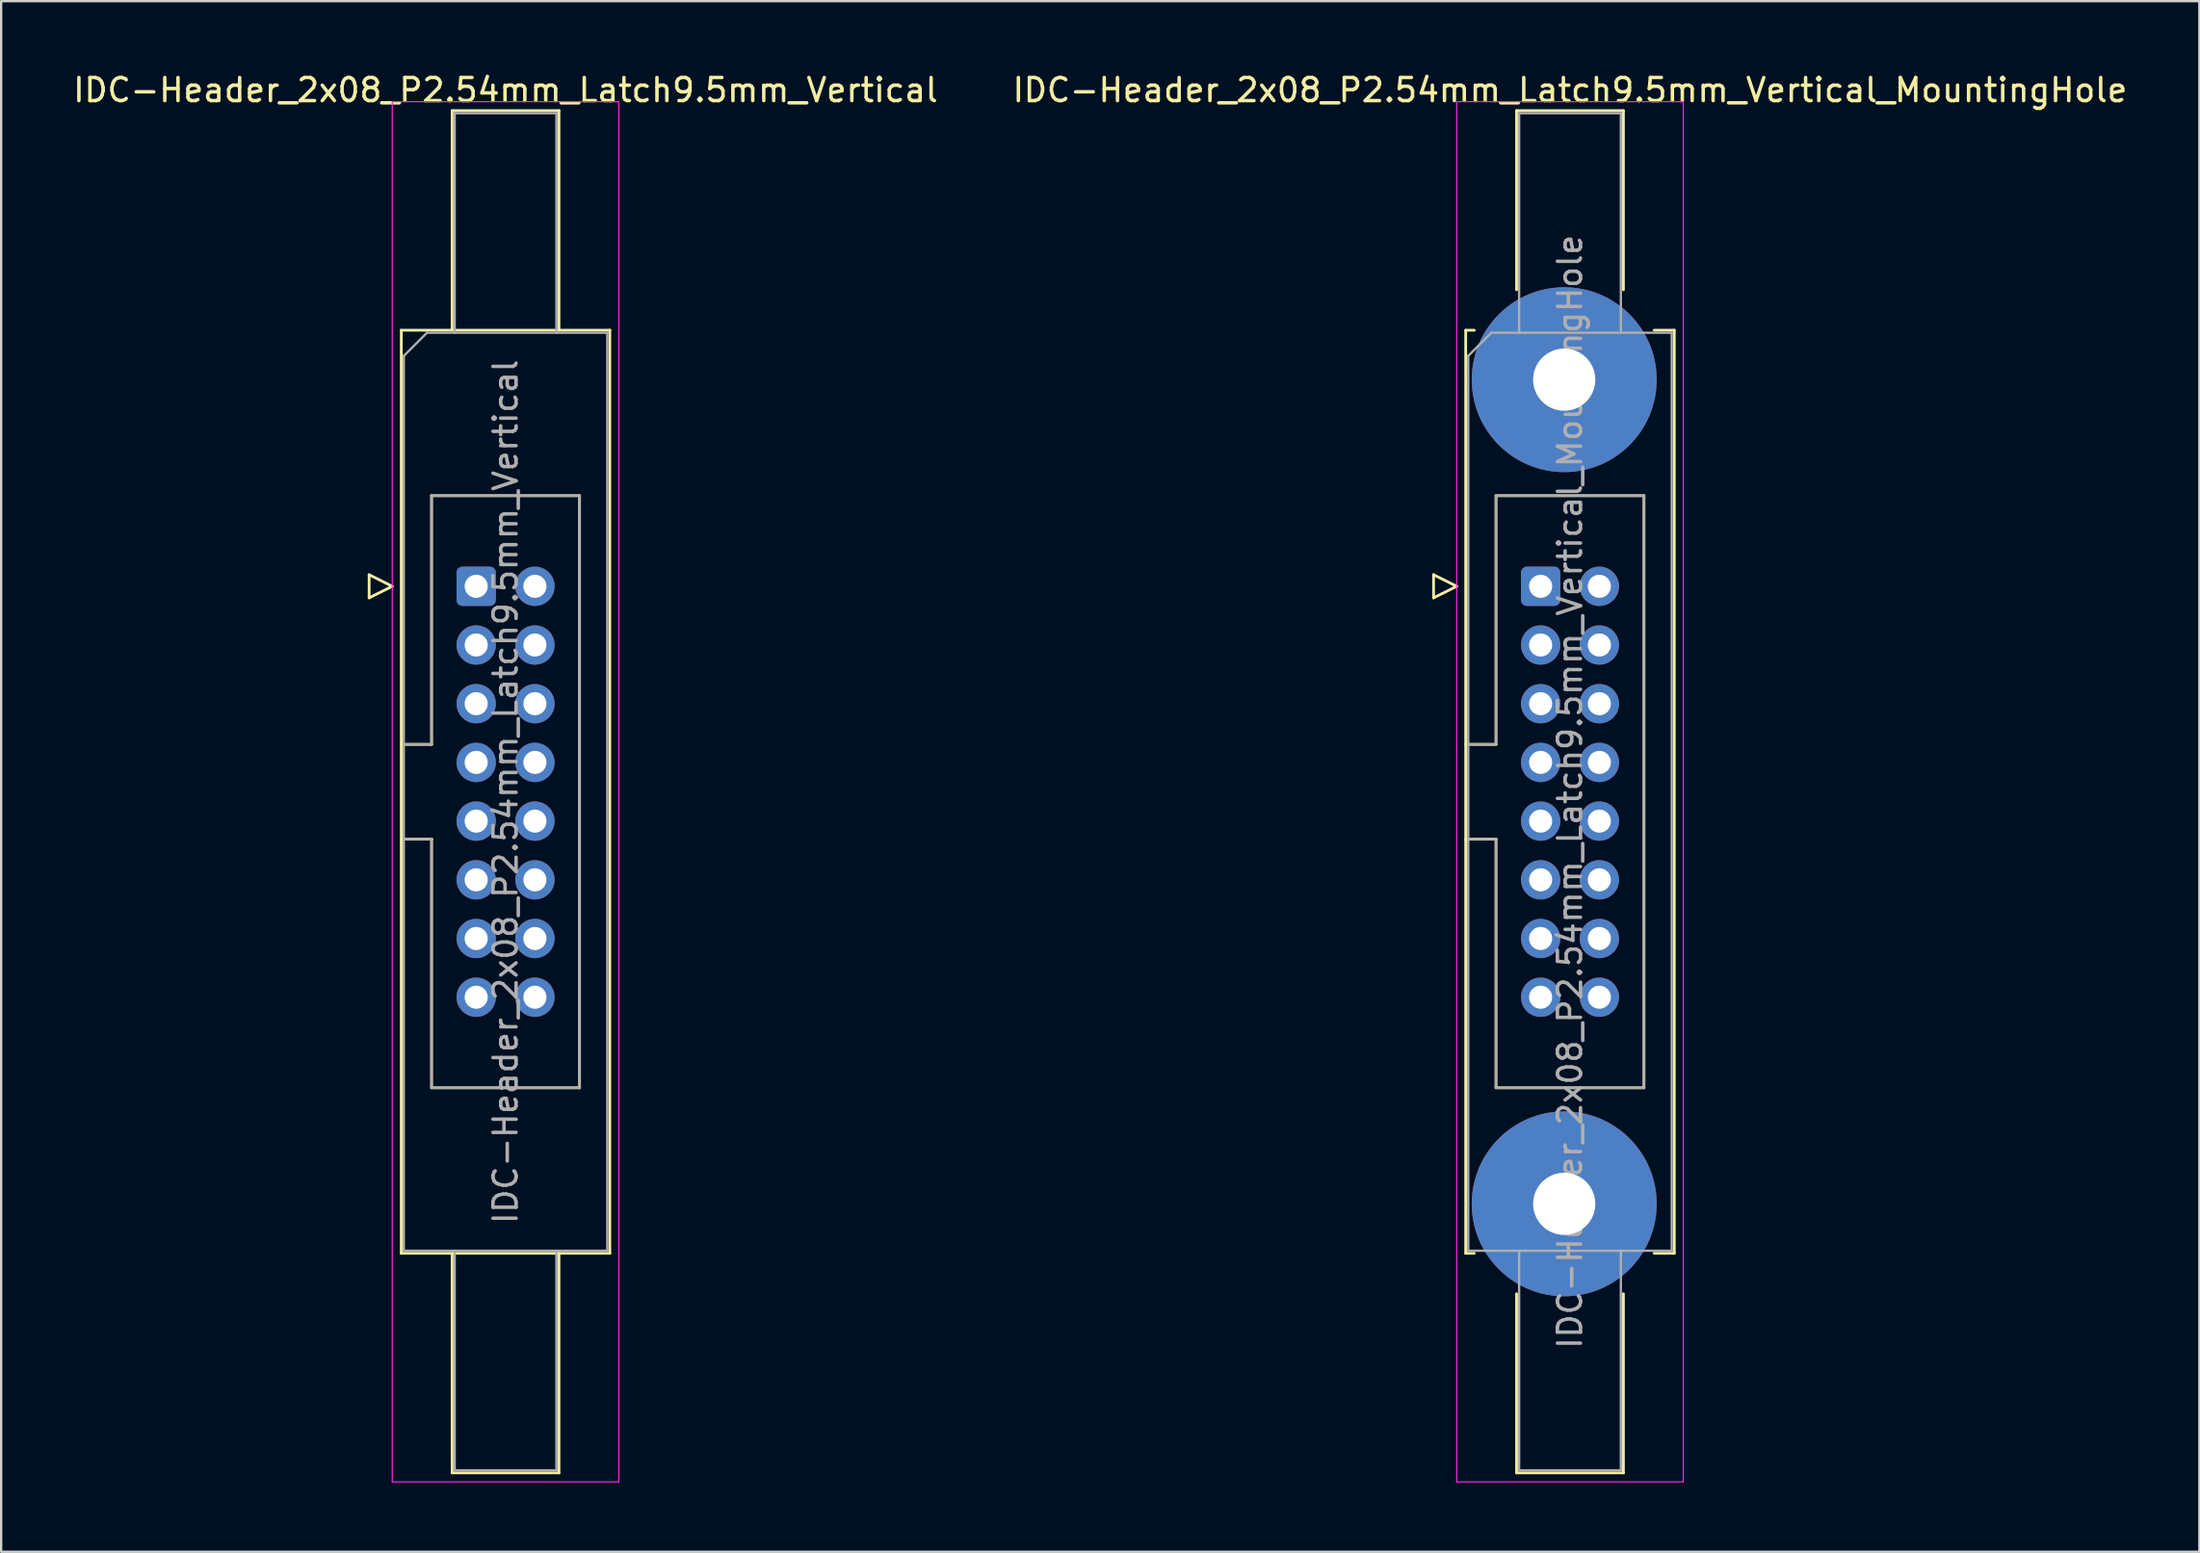
<source format=kicad_pcb>
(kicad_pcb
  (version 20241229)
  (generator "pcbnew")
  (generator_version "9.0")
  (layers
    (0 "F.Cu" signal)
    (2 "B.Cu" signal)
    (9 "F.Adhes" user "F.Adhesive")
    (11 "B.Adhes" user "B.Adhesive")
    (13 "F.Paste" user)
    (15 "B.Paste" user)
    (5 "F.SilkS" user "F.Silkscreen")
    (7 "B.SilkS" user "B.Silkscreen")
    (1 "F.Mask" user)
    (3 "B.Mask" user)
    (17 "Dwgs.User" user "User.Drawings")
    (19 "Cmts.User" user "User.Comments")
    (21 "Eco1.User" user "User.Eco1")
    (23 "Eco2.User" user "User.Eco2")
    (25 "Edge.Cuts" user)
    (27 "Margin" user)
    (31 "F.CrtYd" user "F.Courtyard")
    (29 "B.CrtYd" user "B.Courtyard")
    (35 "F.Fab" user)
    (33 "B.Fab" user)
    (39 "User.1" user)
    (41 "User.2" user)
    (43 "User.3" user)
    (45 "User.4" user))
  (footprint "IDC-Header_2x08_P2.54mm_Latch9.5mm_Vertical_MountingHole"
    (layer "F.Cu")
    (at 63.581 22.318)
    (property "Reference" "IDC-Header_2x08_P2.54mm_Latch9.5mm_Vertical_MountingHole" (at 1.27 -21.47 0) (layer "F.SilkS") (effects (font (size 1 1) (thickness 0.15))))
    (attr through_hole)
    (fp_line (start -4.63 -0.5) (end -4.63 0.5) (stroke (width 0.12) (type solid)) (layer "F.SilkS"))
    (fp_line (start -4.63 0.5) (end -3.63 0) (stroke (width 0.12) (type solid)) (layer "F.SilkS"))
    (fp_line (start -3.63 0) (end -4.63 -0.5) (stroke (width 0.12) (type solid)) (layer "F.SilkS"))
    (fp_line (start -3.24 -11.08) (end -3.24 28.86) (stroke (width 0.12) (type solid)) (layer "F.SilkS"))
    (fp_line (start -3.24 6.84) (end -1.93 6.84) (stroke (width 0.12) (type solid)) (layer "F.SilkS"))
    (fp_line (start -3.24 28.86) (end -2.87 28.86) (stroke (width 0.12) (type solid)) (layer "F.SilkS"))
    (fp_line (start -2.87 -11.08) (end -3.24 -11.08) (stroke (width 0.12) (type solid)) (layer "F.SilkS"))
    (fp_line (start -1.93 -3.92) (end 4.47 -3.92) (stroke (width 0.12) (type solid)) (layer "F.SilkS"))
    (fp_line (start -1.93 6.84) (end -1.93 -3.92) (stroke (width 0.12) (type solid)) (layer "F.SilkS"))
    (fp_line (start -1.93 10.94) (end -3.24 10.94) (stroke (width 0.12) (type solid)) (layer "F.SilkS"))
    (fp_line (start -1.93 10.94) (end -1.93 10.94) (stroke (width 0.12) (type solid)) (layer "F.SilkS"))
    (fp_line (start -1.93 21.7) (end -1.93 10.94) (stroke (width 0.12) (type solid)) (layer "F.SilkS"))
    (fp_line (start -1.04 -20.58) (end 3.58 -20.58) (stroke (width 0.12) (type solid)) (layer "F.SilkS"))
    (fp_line (start -1.04 -12.83) (end -1.04 -20.58) (stroke (width 0.12) (type solid)) (layer "F.SilkS"))
    (fp_line (start -1.04 30.61) (end -1.04 38.36) (stroke (width 0.12) (type solid)) (layer "F.SilkS"))
    (fp_line (start -1.04 38.36) (end 3.58 38.36) (stroke (width 0.12) (type solid)) (layer "F.SilkS"))
    (fp_line (start 3.58 -20.58) (end 3.58 -12.83) (stroke (width 0.12) (type solid)) (layer "F.SilkS"))
    (fp_line (start 3.58 38.36) (end 3.58 30.61) (stroke (width 0.12) (type solid)) (layer "F.SilkS"))
    (fp_line (start 4.47 -3.92) (end 4.47 21.7) (stroke (width 0.12) (type solid)) (layer "F.SilkS"))
    (fp_line (start 4.47 21.7) (end -1.93 21.7) (stroke (width 0.12) (type solid)) (layer "F.SilkS"))
    (fp_line (start 4.91 -11.08) (end 5.78 -11.08) (stroke (width 0.12) (type solid)) (layer "F.SilkS"))
    (fp_line (start 5.78 -11.08) (end 5.78 28.86) (stroke (width 0.12) (type solid)) (layer "F.SilkS"))
    (fp_line (start 5.78 28.86) (end 4.91 28.86) (stroke (width 0.12) (type solid)) (layer "F.SilkS"))
    (fp_line (start -3.63 -20.97) (end -3.63 38.75) (stroke (width 0.05) (type solid)) (layer "F.CrtYd"))
    (fp_line (start -3.63 38.75) (end 6.17 38.75) (stroke (width 0.05) (type solid)) (layer "F.CrtYd"))
    (fp_line (start 6.17 -20.97) (end -3.63 -20.97) (stroke (width 0.05) (type solid)) (layer "F.CrtYd"))
    (fp_line (start 6.17 38.75) (end 6.17 -20.97) (stroke (width 0.05) (type solid)) (layer "F.CrtYd"))
    (fp_line (start -3.13 -9.97) (end -2.13 -10.97) (stroke (width 0.1) (type solid)) (layer "F.Fab"))
    (fp_line (start -3.13 6.84) (end -1.93 6.84) (stroke (width 0.1) (type solid)) (layer "F.Fab"))
    (fp_line (start -3.13 28.75) (end -3.13 -9.97) (stroke (width 0.1) (type solid)) (layer "F.Fab"))
    (fp_line (start -2.13 -10.97) (end 5.67 -10.97) (stroke (width 0.1) (type solid)) (layer "F.Fab"))
    (fp_line (start -1.93 -3.92) (end 4.47 -3.92) (stroke (width 0.1) (type solid)) (layer "F.Fab"))
    (fp_line (start -1.93 6.84) (end -1.93 -3.92) (stroke (width 0.1) (type solid)) (layer "F.Fab"))
    (fp_line (start -1.93 10.94) (end -3.13 10.94) (stroke (width 0.1) (type solid)) (layer "F.Fab"))
    (fp_line (start -1.93 10.94) (end -1.93 10.94) (stroke (width 0.1) (type solid)) (layer "F.Fab"))
    (fp_line (start -1.93 21.7) (end -1.93 10.94) (stroke (width 0.1) (type solid)) (layer "F.Fab"))
    (fp_line (start -0.93 -20.47) (end 3.47 -20.47) (stroke (width 0.1) (type solid)) (layer "F.Fab"))
    (fp_line (start -0.93 -10.97) (end -0.93 -20.47) (stroke (width 0.1) (type solid)) (layer "F.Fab"))
    (fp_line (start -0.93 28.75) (end -0.93 38.25) (stroke (width 0.1) (type solid)) (layer "F.Fab"))
    (fp_line (start -0.93 38.25) (end 3.47 38.25) (stroke (width 0.1) (type solid)) (layer "F.Fab"))
    (fp_line (start 3.47 -20.47) (end 3.47 -10.97) (stroke (width 0.1) (type solid)) (layer "F.Fab"))
    (fp_line (start 3.47 38.25) (end 3.47 28.75) (stroke (width 0.1) (type solid)) (layer "F.Fab"))
    (fp_line (start 4.47 -3.92) (end 4.47 21.7) (stroke (width 0.1) (type solid)) (layer "F.Fab"))
    (fp_line (start 4.47 21.7) (end -1.93 21.7) (stroke (width 0.1) (type solid)) (layer "F.Fab"))
    (fp_line (start 5.67 -10.97) (end 5.67 28.75) (stroke (width 0.1) (type solid)) (layer "F.Fab"))
    (fp_line (start 5.67 28.75) (end -3.13 28.75) (stroke (width 0.1) (type solid)) (layer "F.Fab"))
    (fp_text user "${REFERENCE}" (at 1.27 8.89 90) (layer "F.Fab") (effects (font (size 1 1) (thickness 0.15))))
    (pad "" thru_hole circle (at 1.02 -8.94) (size 8 8) (drill 2.69) (layers "*.Cu" "*.Mask"))
    (pad "" thru_hole circle (at 1.02 26.72) (size 8 8) (drill 2.69) (layers "*.Cu" "*.Mask"))
    (pad "1" thru_hole roundrect (at 0 0) (size 1.7 1.7) (drill 1) (layers "*.Cu" "*.Mask") (roundrect_rratio 0.147))
    (pad "2" thru_hole circle (at 2.54 0) (size 1.7 1.7) (drill 1) (layers "*.Cu" "*.Mask"))
    (pad "3" thru_hole circle (at 0 2.54) (size 1.7 1.7) (drill 1) (layers "*.Cu" "*.Mask"))
    (pad "4" thru_hole circle (at 2.54 2.54) (size 1.7 1.7) (drill 1) (layers "*.Cu" "*.Mask"))
    (pad "5" thru_hole circle (at 0 5.08) (size 1.7 1.7) (drill 1) (layers "*.Cu" "*.Mask"))
    (pad "6" thru_hole circle (at 2.54 5.08) (size 1.7 1.7) (drill 1) (layers "*.Cu" "*.Mask"))
    (pad "7" thru_hole circle (at 0 7.62) (size 1.7 1.7) (drill 1) (layers "*.Cu" "*.Mask"))
    (pad "8" thru_hole circle (at 2.54 7.62) (size 1.7 1.7) (drill 1) (layers "*.Cu" "*.Mask"))
    (pad "9" thru_hole circle (at 0 10.16) (size 1.7 1.7) (drill 1) (layers "*.Cu" "*.Mask"))
    (pad "10" thru_hole circle (at 2.54 10.16) (size 1.7 1.7) (drill 1) (layers "*.Cu" "*.Mask"))
    (pad "11" thru_hole circle (at 0 12.7) (size 1.7 1.7) (drill 1) (layers "*.Cu" "*.Mask"))
    (pad "12" thru_hole circle (at 2.54 12.7) (size 1.7 1.7) (drill 1) (layers "*.Cu" "*.Mask"))
    (pad "13" thru_hole circle (at 0 15.24) (size 1.7 1.7) (drill 1) (layers "*.Cu" "*.Mask"))
    (pad "14" thru_hole circle (at 2.54 15.24) (size 1.7 1.7) (drill 1) (layers "*.Cu" "*.Mask"))
    (pad "15" thru_hole circle (at 0 17.78) (size 1.7 1.7) (drill 1) (layers "*.Cu" "*.Mask"))
    (pad "16" thru_hole circle (at 2.54 17.78) (size 1.7 1.7) (drill 1) (layers "*.Cu" "*.Mask")))
  (footprint "IDC-Header_2x08_P2.54mm_Latch9.5mm_Vertical"
    (layer "F.Cu")
    (at 17.545 22.318)
    (property "Reference" "IDC-Header_2x08_P2.54mm_Latch9.5mm_Vertical" (at 1.27 -21.47 0) (layer "F.SilkS") (effects (font (size 1 1) (thickness 0.15))))
    (attr through_hole)
    (fp_line (start -4.63 -0.5) (end -4.63 0.5) (stroke (width 0.12) (type solid)) (layer "F.SilkS"))
    (fp_line (start -4.63 0.5) (end -3.63 0) (stroke (width 0.12) (type solid)) (layer "F.SilkS"))
    (fp_line (start -3.63 0) (end -4.63 -0.5) (stroke (width 0.12) (type solid)) (layer "F.SilkS"))
    (fp_line (start -3.24 -11.08) (end 5.78 -11.08) (stroke (width 0.12) (type solid)) (layer "F.SilkS"))
    (fp_line (start -3.24 6.84) (end -1.93 6.84) (stroke (width 0.12) (type solid)) (layer "F.SilkS"))
    (fp_line (start -3.24 28.86) (end -3.24 -11.08) (stroke (width 0.12) (type solid)) (layer "F.SilkS"))
    (fp_line (start -1.93 -3.92) (end 4.47 -3.92) (stroke (width 0.12) (type solid)) (layer "F.SilkS"))
    (fp_line (start -1.93 6.84) (end -1.93 -3.92) (stroke (width 0.12) (type solid)) (layer "F.SilkS"))
    (fp_line (start -1.93 10.94) (end -3.24 10.94) (stroke (width 0.12) (type solid)) (layer "F.SilkS"))
    (fp_line (start -1.93 10.94) (end -1.93 10.94) (stroke (width 0.12) (type solid)) (layer "F.SilkS"))
    (fp_line (start -1.93 21.7) (end -1.93 10.94) (stroke (width 0.12) (type solid)) (layer "F.SilkS"))
    (fp_line (start -1.04 -20.58) (end 3.58 -20.58) (stroke (width 0.12) (type solid)) (layer "F.SilkS"))
    (fp_line (start -1.04 -11.08) (end -1.04 -20.58) (stroke (width 0.12) (type solid)) (layer "F.SilkS"))
    (fp_line (start -1.04 28.86) (end -1.04 38.36) (stroke (width 0.12) (type solid)) (layer "F.SilkS"))
    (fp_line (start -1.04 38.36) (end 3.58 38.36) (stroke (width 0.12) (type solid)) (layer "F.SilkS"))
    (fp_line (start 3.58 -20.58) (end 3.58 -11.08) (stroke (width 0.12) (type solid)) (layer "F.SilkS"))
    (fp_line (start 3.58 38.36) (end 3.58 28.86) (stroke (width 0.12) (type solid)) (layer "F.SilkS"))
    (fp_line (start 4.47 -3.92) (end 4.47 21.7) (stroke (width 0.12) (type solid)) (layer "F.SilkS"))
    (fp_line (start 4.47 21.7) (end -1.93 21.7) (stroke (width 0.12) (type solid)) (layer "F.SilkS"))
    (fp_line (start 5.78 -11.08) (end 5.78 28.86) (stroke (width 0.12) (type solid)) (layer "F.SilkS"))
    (fp_line (start 5.78 28.86) (end -3.24 28.86) (stroke (width 0.12) (type solid)) (layer "F.SilkS"))
    (fp_line (start -3.63 -20.97) (end -3.63 38.75) (stroke (width 0.05) (type solid)) (layer "F.CrtYd"))
    (fp_line (start -3.63 38.75) (end 6.17 38.75) (stroke (width 0.05) (type solid)) (layer "F.CrtYd"))
    (fp_line (start 6.17 -20.97) (end -3.63 -20.97) (stroke (width 0.05) (type solid)) (layer "F.CrtYd"))
    (fp_line (start 6.17 38.75) (end 6.17 -20.97) (stroke (width 0.05) (type solid)) (layer "F.CrtYd"))
    (fp_line (start -3.13 -9.97) (end -2.13 -10.97) (stroke (width 0.1) (type solid)) (layer "F.Fab"))
    (fp_line (start -3.13 6.84) (end -1.93 6.84) (stroke (width 0.1) (type solid)) (layer "F.Fab"))
    (fp_line (start -3.13 28.75) (end -3.13 -9.97) (stroke (width 0.1) (type solid)) (layer "F.Fab"))
    (fp_line (start -2.13 -10.97) (end 5.67 -10.97) (stroke (width 0.1) (type solid)) (layer "F.Fab"))
    (fp_line (start -1.93 -3.92) (end 4.47 -3.92) (stroke (width 0.1) (type solid)) (layer "F.Fab"))
    (fp_line (start -1.93 6.84) (end -1.93 -3.92) (stroke (width 0.1) (type solid)) (layer "F.Fab"))
    (fp_line (start -1.93 10.94) (end -3.13 10.94) (stroke (width 0.1) (type solid)) (layer "F.Fab"))
    (fp_line (start -1.93 10.94) (end -1.93 10.94) (stroke (width 0.1) (type solid)) (layer "F.Fab"))
    (fp_line (start -1.93 21.7) (end -1.93 10.94) (stroke (width 0.1) (type solid)) (layer "F.Fab"))
    (fp_line (start -0.93 -20.47) (end 3.47 -20.47) (stroke (width 0.1) (type solid)) (layer "F.Fab"))
    (fp_line (start -0.93 -10.97) (end -0.93 -20.47) (stroke (width 0.1) (type solid)) (layer "F.Fab"))
    (fp_line (start -0.93 28.75) (end -0.93 38.25) (stroke (width 0.1) (type solid)) (layer "F.Fab"))
    (fp_line (start -0.93 38.25) (end 3.47 38.25) (stroke (width 0.1) (type solid)) (layer "F.Fab"))
    (fp_line (start 3.47 -20.47) (end 3.47 -10.97) (stroke (width 0.1) (type solid)) (layer "F.Fab"))
    (fp_line (start 3.47 38.25) (end 3.47 28.75) (stroke (width 0.1) (type solid)) (layer "F.Fab"))
    (fp_line (start 4.47 -3.92) (end 4.47 21.7) (stroke (width 0.1) (type solid)) (layer "F.Fab"))
    (fp_line (start 4.47 21.7) (end -1.93 21.7) (stroke (width 0.1) (type solid)) (layer "F.Fab"))
    (fp_line (start 5.67 -10.97) (end 5.67 28.75) (stroke (width 0.1) (type solid)) (layer "F.Fab"))
    (fp_line (start 5.67 28.75) (end -3.13 28.75) (stroke (width 0.1) (type solid)) (layer "F.Fab"))
    (fp_text user "${REFERENCE}" (at 1.27 8.89 90) (layer "F.Fab") (effects (font (size 1 1) (thickness 0.15))))
    (pad "1" thru_hole roundrect (at 0 0) (size 1.7 1.7) (drill 1) (layers "*.Cu" "*.Mask") (roundrect_rratio 0.147))
    (pad "2" thru_hole circle (at 2.54 0) (size 1.7 1.7) (drill 1) (layers "*.Cu" "*.Mask"))
    (pad "3" thru_hole circle (at 0 2.54) (size 1.7 1.7) (drill 1) (layers "*.Cu" "*.Mask"))
    (pad "4" thru_hole circle (at 2.54 2.54) (size 1.7 1.7) (drill 1) (layers "*.Cu" "*.Mask"))
    (pad "5" thru_hole circle (at 0 5.08) (size 1.7 1.7) (drill 1) (layers "*.Cu" "*.Mask"))
    (pad "6" thru_hole circle (at 2.54 5.08) (size 1.7 1.7) (drill 1) (layers "*.Cu" "*.Mask"))
    (pad "7" thru_hole circle (at 0 7.62) (size 1.7 1.7) (drill 1) (layers "*.Cu" "*.Mask"))
    (pad "8" thru_hole circle (at 2.54 7.62) (size 1.7 1.7) (drill 1) (layers "*.Cu" "*.Mask"))
    (pad "9" thru_hole circle (at 0 10.16) (size 1.7 1.7) (drill 1) (layers "*.Cu" "*.Mask"))
    (pad "10" thru_hole circle (at 2.54 10.16) (size 1.7 1.7) (drill 1) (layers "*.Cu" "*.Mask"))
    (pad "11" thru_hole circle (at 0 12.7) (size 1.7 1.7) (drill 1) (layers "*.Cu" "*.Mask"))
    (pad "12" thru_hole circle (at 2.54 12.7) (size 1.7 1.7) (drill 1) (layers "*.Cu" "*.Mask"))
    (pad "13" thru_hole circle (at 0 15.24) (size 1.7 1.7) (drill 1) (layers "*.Cu" "*.Mask"))
    (pad "14" thru_hole circle (at 2.54 15.24) (size 1.7 1.7) (drill 1) (layers "*.Cu" "*.Mask"))
    (pad "15" thru_hole circle (at 0 17.78) (size 1.7 1.7) (drill 1) (layers "*.Cu" "*.Mask"))
    (pad "16" thru_hole circle (at 2.54 17.78) (size 1.7 1.7) (drill 1) (layers "*.Cu" "*.Mask")))
  (gr_rect
    (start -3 -3)
    (end 92.071 64.093)
    (stroke (width 0.1) (type default))
    (fill no)
    (layer "Edge.Cuts")))
</source>
